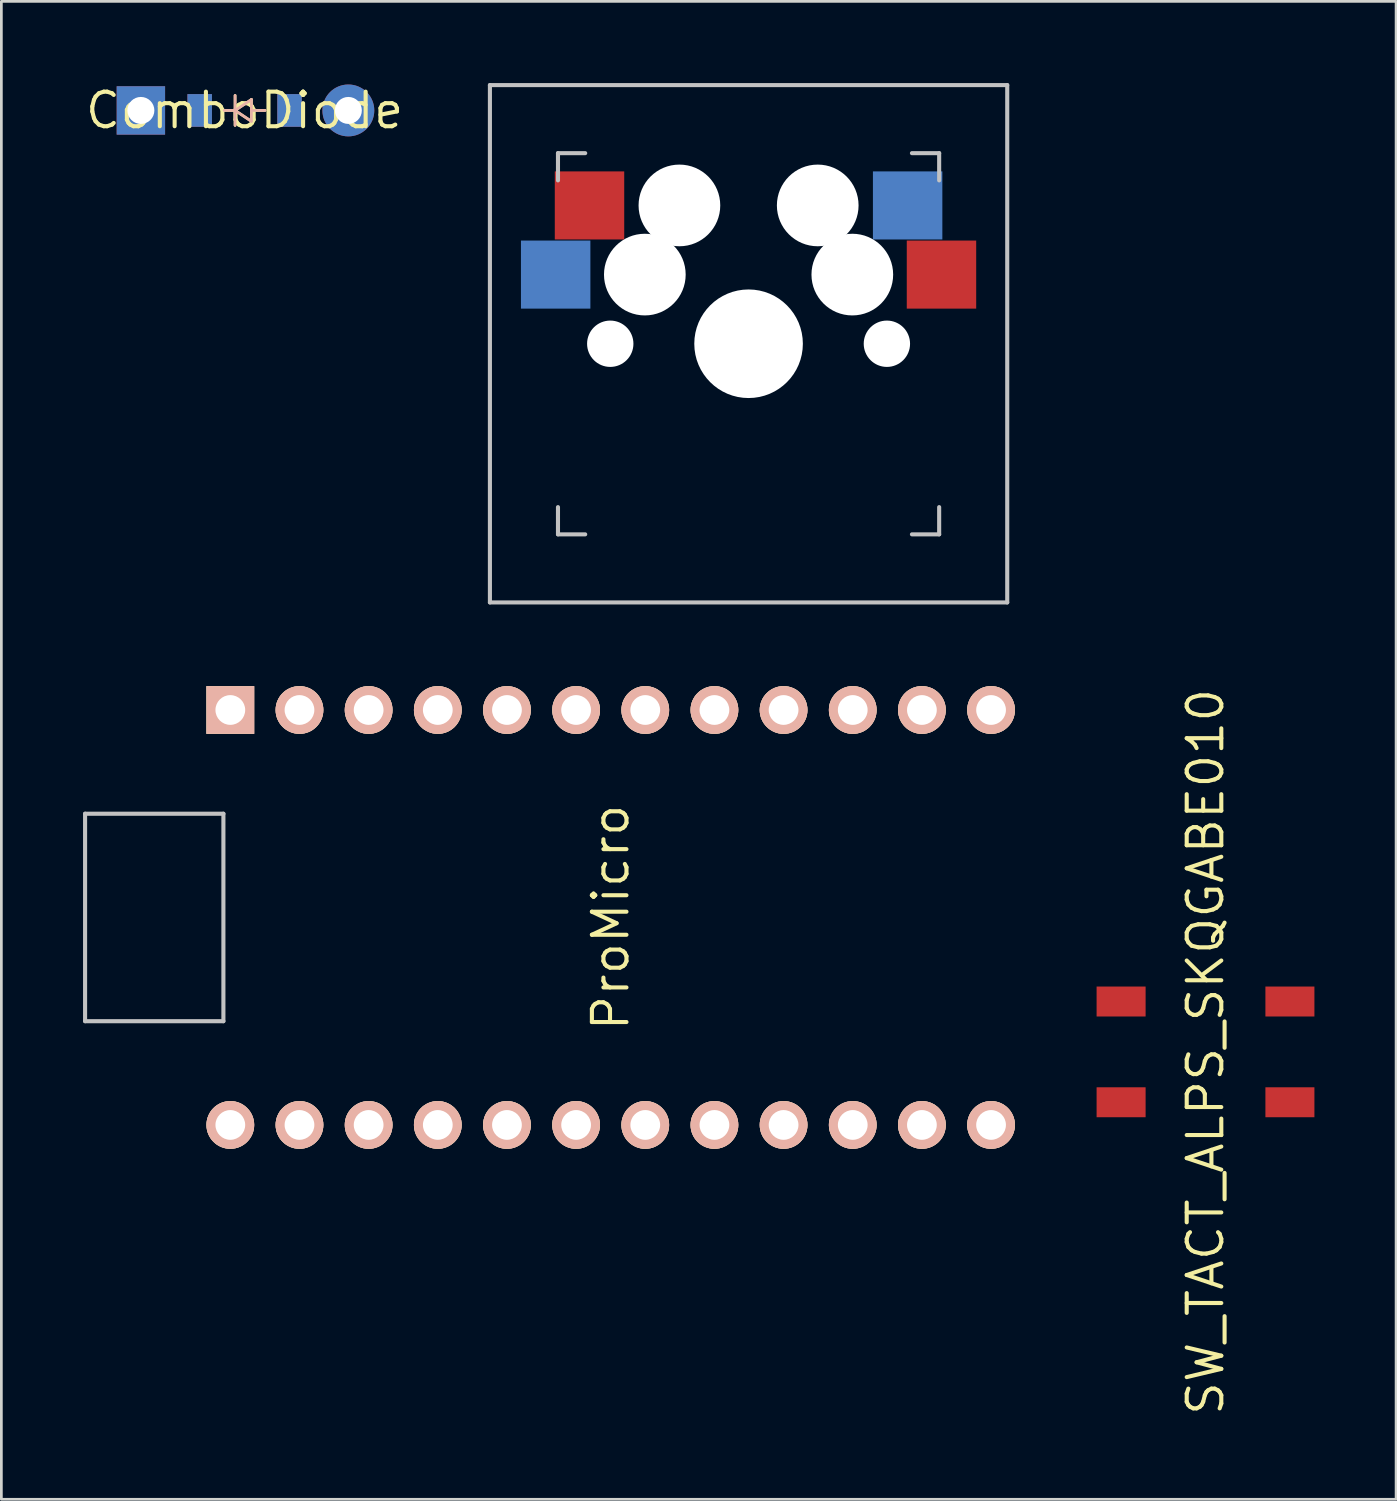
<source format=kicad_pcb>
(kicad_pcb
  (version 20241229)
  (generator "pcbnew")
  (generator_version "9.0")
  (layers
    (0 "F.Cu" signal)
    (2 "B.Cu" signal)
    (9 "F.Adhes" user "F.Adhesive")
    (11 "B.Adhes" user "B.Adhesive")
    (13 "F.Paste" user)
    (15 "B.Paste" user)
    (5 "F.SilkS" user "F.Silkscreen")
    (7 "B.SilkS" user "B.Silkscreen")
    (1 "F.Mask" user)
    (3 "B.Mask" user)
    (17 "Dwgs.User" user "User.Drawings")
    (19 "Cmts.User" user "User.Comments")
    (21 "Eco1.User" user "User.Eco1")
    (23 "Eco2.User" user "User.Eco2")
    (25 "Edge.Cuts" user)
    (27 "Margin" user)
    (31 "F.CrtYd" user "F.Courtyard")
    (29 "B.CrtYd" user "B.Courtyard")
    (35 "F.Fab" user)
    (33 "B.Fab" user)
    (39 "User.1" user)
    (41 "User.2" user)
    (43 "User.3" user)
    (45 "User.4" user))
  (footprint "MX"
    (layer "F.Cu")
    (at 24.443 9.575)
    (property "Reference" "MX" (at 0 0 50) (layer "F.SilkS") (effects (font (size 1.27 1.27) (thickness 0.15))))
    (attr through_hole)
    (fp_line (start -9.5 -9.5) (end 9.5 -9.5) (stroke (width 0.15) (type solid)) (layer "Dwgs.User"))
    (fp_line (start -9.5 9.5) (end -9.5 -9.5) (stroke (width 0.15) (type solid)) (layer "Dwgs.User"))
    (fp_line (start -7 -6) (end -7 -7) (stroke (width 0.15) (type solid)) (layer "Dwgs.User"))
    (fp_line (start -7 7) (end -7 6) (stroke (width 0.15) (type solid)) (layer "Dwgs.User"))
    (fp_line (start -7 7) (end -6 7) (stroke (width 0.15) (type solid)) (layer "Dwgs.User"))
    (fp_line (start -6 -7) (end -7 -7) (stroke (width 0.15) (type solid)) (layer "Dwgs.User"))
    (fp_line (start 6 7) (end 7 7) (stroke (width 0.15) (type solid)) (layer "Dwgs.User"))
    (fp_line (start 7 -7) (end 6 -7) (stroke (width 0.15) (type solid)) (layer "Dwgs.User"))
    (fp_line (start 7 -7) (end 7 -6) (stroke (width 0.15) (type solid)) (layer "Dwgs.User"))
    (fp_line (start 7 6) (end 7 7) (stroke (width 0.15) (type solid)) (layer "Dwgs.User"))
    (fp_line (start 9.5 -9.5) (end 9.5 9.5) (stroke (width 0.15) (type solid)) (layer "Dwgs.User"))
    (fp_line (start 9.5 9.5) (end -9.5 9.5) (stroke (width 0.15) (type solid)) (layer "Dwgs.User"))
    (pad "" np_thru_hole circle (at -5.08 0 50) (size 1.702 1.702) (drill 1.702) (layers "*.Cu" "*.Mask"))
    (pad "" np_thru_hole circle (at -3.81 -2.54 50) (size 3 3) (drill 3) (layers "*.Cu" "*.Mask"))
    (pad "" np_thru_hole circle (at -2.54 -5.08 50) (size 3 3) (drill 3) (layers "*.Cu" "*.Mask"))
    (pad "" np_thru_hole circle (at 0 0 50) (size 3.988 3.988) (drill 3.988) (layers "*.Cu" "*.Mask"))
    (pad "" np_thru_hole circle (at 2.54 -5.08 50) (size 3 3) (drill 3) (layers "*.Cu" "*.Mask"))
    (pad "" np_thru_hole circle (at 3.81 -2.54 50) (size 3 3) (drill 3) (layers "*.Cu" "*.Mask"))
    (pad "" np_thru_hole circle (at 5.08 0 50) (size 1.702 1.702) (drill 1.702) (layers "*.Cu" "*.Mask"))
    (pad "1" smd rect (at -7.085 -2.54 180) (size 2.55 2.5) (layers "B.Cu" "B.Mask" "B.Paste"))
    (pad "1" smd rect (at 7.085 -2.54 180) (size 2.55 2.5) (layers "F.Cu" "F.Mask" "F.Paste"))
    (pad "2" smd rect (at -5.842 -5.08 180) (size 2.55 2.5) (layers "F.Cu" "F.Mask" "F.Paste"))
    (pad "2" smd rect (at 5.842 -5.08 180) (size 2.55 2.5) (layers "B.Cu" "B.Mask" "B.Paste")))
  (footprint "ProMicro"
    (layer "F.Cu")
    (at 19.379 30.646)
    (property "Reference" "ProMicro" (at 0 0 90) (layer "F.SilkS") (effects (font (size 1.27 1.27) (thickness 0.15))))
    (attr through_hole)
    (fp_line (start -19.304 -3.81) (end -14.224 -3.81) (stroke (width 0.15) (type solid)) (layer "Dwgs.User"))
    (fp_line (start -19.304 3.81) (end -19.304 -3.81) (stroke (width 0.15) (type solid)) (layer "Dwgs.User"))
    (fp_line (start -14.224 -3.81) (end -14.224 3.81) (stroke (width 0.15) (type solid)) (layer "Dwgs.User"))
    (fp_line (start -14.224 3.81) (end -19.304 3.81) (stroke (width 0.15) (type solid)) (layer "Dwgs.User"))
    (pad "1" thru_hole rect (at -13.97 -7.62) (size 1.753 1.753) (drill 1.092) (layers "*.Cu" "*.SilkS" "*.Mask"))
    (pad "2" thru_hole circle (at -11.43 -7.62 90) (size 1.753 1.753) (drill 1.092) (layers "*.Cu" "*.SilkS" "*.Mask"))
    (pad "3" thru_hole circle (at -8.89 -7.62 90) (size 1.753 1.753) (drill 1.092) (layers "*.Cu" "*.SilkS" "*.Mask"))
    (pad "4" thru_hole circle (at -6.35 -7.62 90) (size 1.753 1.753) (drill 1.092) (layers "*.Cu" "*.SilkS" "*.Mask"))
    (pad "5" thru_hole circle (at -3.81 -7.62 90) (size 1.753 1.753) (drill 1.092) (layers "*.Cu" "*.SilkS" "*.Mask"))
    (pad "6" thru_hole circle (at -1.27 -7.62 90) (size 1.753 1.753) (drill 1.092) (layers "*.Cu" "*.SilkS" "*.Mask"))
    (pad "7" thru_hole circle (at 1.27 -7.62 90) (size 1.753 1.753) (drill 1.092) (layers "*.Cu" "*.SilkS" "*.Mask"))
    (pad "8" thru_hole circle (at 3.81 -7.62 90) (size 1.753 1.753) (drill 1.092) (layers "*.Cu" "*.SilkS" "*.Mask"))
    (pad "9" thru_hole circle (at 6.35 -7.62 90) (size 1.753 1.753) (drill 1.092) (layers "*.Cu" "*.SilkS" "*.Mask"))
    (pad "10" thru_hole circle (at 8.89 -7.62 90) (size 1.753 1.753) (drill 1.092) (layers "*.Cu" "*.SilkS" "*.Mask"))
    (pad "11" thru_hole circle (at 11.43 -7.62 90) (size 1.753 1.753) (drill 1.092) (layers "*.Cu" "*.SilkS" "*.Mask"))
    (pad "12" thru_hole circle (at 13.97 -7.62 90) (size 1.753 1.753) (drill 1.092) (layers "*.Cu" "*.SilkS" "*.Mask"))
    (pad "13" thru_hole circle (at -13.97 7.62 90) (size 1.753 1.753) (drill 1.092) (layers "*.Cu" "*.SilkS" "*.Mask"))
    (pad "14" thru_hole circle (at -11.43 7.62 90) (size 1.753 1.753) (drill 1.092) (layers "*.Cu" "*.SilkS" "*.Mask"))
    (pad "15" thru_hole circle (at -8.89 7.62 90) (size 1.753 1.753) (drill 1.092) (layers "*.Cu" "*.SilkS" "*.Mask"))
    (pad "16" thru_hole circle (at -6.35 7.62 90) (size 1.753 1.753) (drill 1.092) (layers "*.Cu" "*.SilkS" "*.Mask"))
    (pad "17" thru_hole circle (at -3.81 7.62 90) (size 1.753 1.753) (drill 1.092) (layers "*.Cu" "*.SilkS" "*.Mask"))
    (pad "18" thru_hole circle (at -1.27 7.62 90) (size 1.753 1.753) (drill 1.092) (layers "*.Cu" "*.SilkS" "*.Mask"))
    (pad "19" thru_hole circle (at 1.27 7.62 90) (size 1.753 1.753) (drill 1.092) (layers "*.Cu" "*.SilkS" "*.Mask"))
    (pad "20" thru_hole circle (at 3.81 7.62 90) (size 1.753 1.753) (drill 1.092) (layers "*.Cu" "*.SilkS" "*.Mask"))
    (pad "21" thru_hole circle (at 6.35 7.62 90) (size 1.753 1.753) (drill 1.092) (layers "*.Cu" "*.SilkS" "*.Mask"))
    (pad "22" thru_hole circle (at 8.89 7.62 90) (size 1.753 1.753) (drill 1.092) (layers "*.Cu" "*.SilkS" "*.Mask"))
    (pad "23" thru_hole circle (at 11.43 7.62 90) (size 1.753 1.753) (drill 1.092) (layers "*.Cu" "*.SilkS" "*.Mask"))
    (pad "24" thru_hole circle (at 13.97 7.62 90) (size 1.753 1.753) (drill 1.092) (layers "*.Cu" "*.SilkS" "*.Mask")))
  (footprint "ComboDiode"
    (layer "F.Cu")
    (at 5.934 1.006)
    (property "Reference" "ComboDiode" (at 0 0 0) (layer "F.SilkS") (effects (font (size 1.27 1.27) (thickness 0.15))))
    (attr through_hole)
    (fp_line (start -0.75 0) (end -0.35 0) (stroke (width 0.1) (type solid)) (layer "F.SilkS"))
    (fp_line (start -0.35 0) (end -0.35 -0.55) (stroke (width 0.1) (type solid)) (layer "F.SilkS"))
    (fp_line (start -0.35 0) (end -0.35 0.55) (stroke (width 0.1) (type solid)) (layer "F.SilkS"))
    (fp_line (start -0.35 0) (end 0.25 -0.4) (stroke (width 0.1) (type solid)) (layer "F.SilkS"))
    (fp_line (start 0.25 -0.4) (end 0.25 0.4) (stroke (width 0.1) (type solid)) (layer "F.SilkS"))
    (fp_line (start 0.25 0) (end 0.75 0) (stroke (width 0.1) (type solid)) (layer "F.SilkS"))
    (fp_line (start 0.25 0.4) (end -0.35 0) (stroke (width 0.1) (type solid)) (layer "F.SilkS"))
    (fp_line (start -0.75 0) (end -0.35 0) (stroke (width 0.1) (type solid)) (layer "B.SilkS"))
    (fp_line (start -0.35 0) (end -0.35 -0.55) (stroke (width 0.1) (type solid)) (layer "B.SilkS"))
    (fp_line (start -0.35 0) (end -0.35 0.55) (stroke (width 0.1) (type solid)) (layer "B.SilkS"))
    (fp_line (start -0.35 0) (end 0.25 -0.4) (stroke (width 0.1) (type solid)) (layer "B.SilkS"))
    (fp_line (start 0.25 -0.4) (end 0.25 0.4) (stroke (width 0.1) (type solid)) (layer "B.SilkS"))
    (fp_line (start 0.25 0) (end 0.75 0) (stroke (width 0.1) (type solid)) (layer "B.SilkS"))
    (fp_line (start 0.25 0.4) (end -0.35 0) (stroke (width 0.1) (type solid)) (layer "B.SilkS"))
    (pad "1" smd rect (at -1.65 0) (size 0.9 1.2) (layers "F.Cu" "F.Mask" "F.Paste"))
    (pad "1" smd rect (at -1.65 0) (size 0.9 1.2) (layers "B.Cu" "B.Mask" "B.Paste"))
    (pad "1" thru_hole circle (at 3.81 0) (size 1.905 1.905) (drill 0.991) (layers "*.Cu" "*.Mask"))
    (pad "2" thru_hole rect (at -3.81 0) (size 1.778 1.778) (drill 0.991) (layers "*.Cu" "*.Mask"))
    (pad "2" smd rect (at 1.65 0) (size 0.9 1.2) (layers "F.Cu" "F.Mask" "F.Paste"))
    (pad "2" smd rect (at 1.65 0) (size 0.9 1.2) (layers "B.Cu" "B.Mask" "B.Paste")))
  (footprint "SW_TACT_ALPS_SKQGABE010"
    (layer "F.Cu")
    (at 41.225 35.583)
    (property "Reference" "SW_TACT_ALPS_SKQGABE010" (at 0 0 90) (layer "F.SilkS") (effects (font (size 1.27 1.27) (thickness 0.15))))
    (attr through_hole)
    (pad "1" smd rect (at -3.1 -1.85) (size 1.8 1.1) (layers "F.Cu" "F.Mask" "F.Paste"))
    (pad "1" smd rect (at 3.1 -1.85) (size 1.8 1.1) (layers "F.Cu" "F.Mask" "F.Paste"))
    (pad "2" smd rect (at -3.1 1.85) (size 1.8 1.1) (layers "F.Cu" "F.Mask" "F.Paste"))
    (pad "2" smd rect (at 3.1 1.85) (size 1.8 1.1) (layers "F.Cu" "F.Mask" "F.Paste")))
  (gr_rect
    (start -3 -3)
    (end 48.225 52.016)
    (stroke (width 0.1) (type default))
    (fill no)
    (layer "Edge.Cuts")))
</source>
